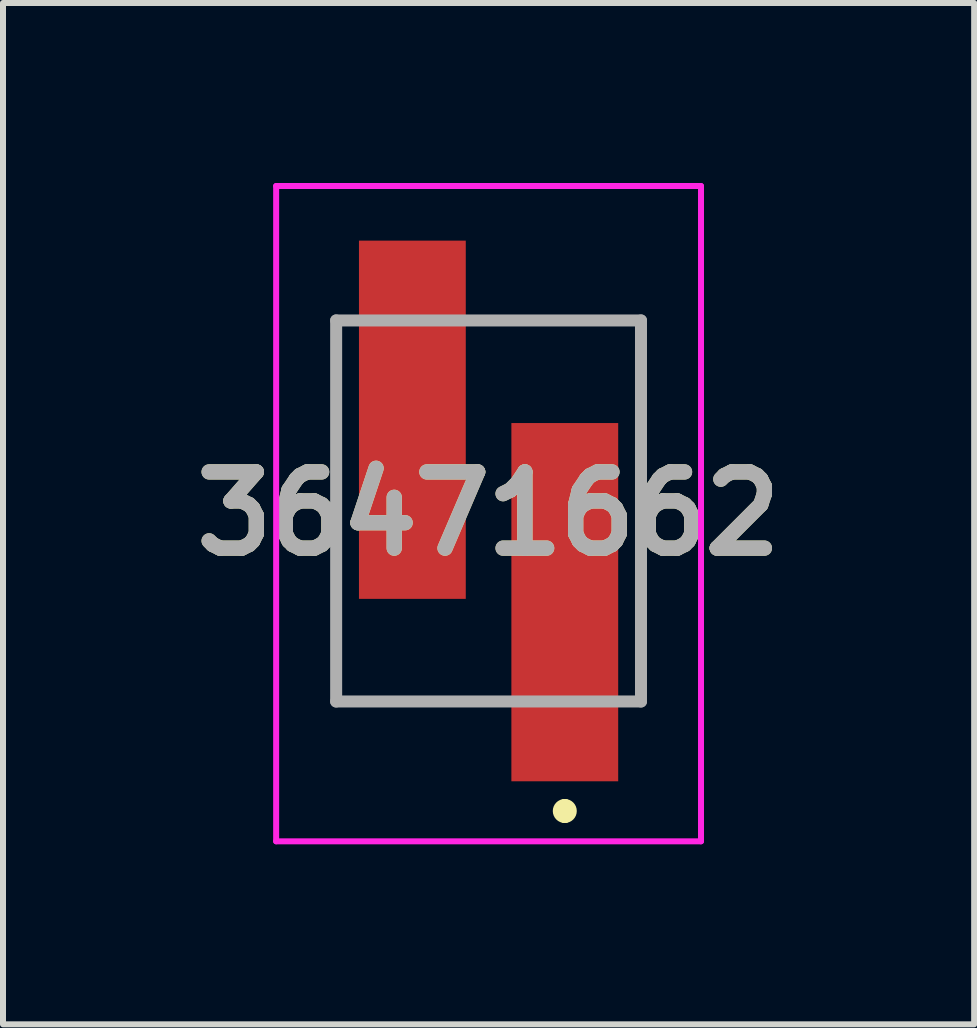
<source format=kicad_pcb>
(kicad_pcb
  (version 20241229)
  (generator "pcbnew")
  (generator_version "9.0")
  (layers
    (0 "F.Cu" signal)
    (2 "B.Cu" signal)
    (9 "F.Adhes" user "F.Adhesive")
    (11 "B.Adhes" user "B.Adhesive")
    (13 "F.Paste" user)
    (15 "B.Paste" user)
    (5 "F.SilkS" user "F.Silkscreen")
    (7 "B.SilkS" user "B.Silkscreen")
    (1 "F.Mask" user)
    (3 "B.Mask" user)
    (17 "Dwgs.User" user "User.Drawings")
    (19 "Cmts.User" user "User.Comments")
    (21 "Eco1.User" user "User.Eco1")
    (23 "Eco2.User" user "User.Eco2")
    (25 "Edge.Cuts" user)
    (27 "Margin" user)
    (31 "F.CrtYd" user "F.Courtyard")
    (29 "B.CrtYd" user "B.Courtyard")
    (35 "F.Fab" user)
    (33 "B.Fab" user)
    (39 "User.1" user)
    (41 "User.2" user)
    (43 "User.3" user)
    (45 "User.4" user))
  (footprint "36471662"
    (layer "F.Cu")
    (at 5.092 5.465)
    (property "Reference" "36471662" (at 0 0.045 0) (layer "F.SilkS") (effects (font (size 1.27 1.27) (thickness 0.254))))
    (attr smd)
    (fp_line (start -2.54 3.175) (end -2.54 -3.175) (stroke (width 0.1) (type solid)) (layer "F.SilkS"))
    (fp_line (start 0 3.175) (end -2.54 3.175) (stroke (width 0.1) (type solid)) (layer "F.SilkS"))
    (fp_line (start 1.27 -3.175) (end 2.54 -3.175) (stroke (width 0.1) (type solid)) (layer "F.SilkS"))
    (fp_line (start 1.27 4.9) (end 1.27 4.9) (stroke (width 0.2) (type solid)) (layer "F.SilkS"))
    (fp_line (start 1.27 5.1) (end 1.27 5.1) (stroke (width 0.2) (type solid)) (layer "F.SilkS"))
    (fp_line (start 2.54 -3.175) (end 2.54 3.175) (stroke (width 0.1) (type solid)) (layer "F.SilkS"))
    (fp_arc (start 1.27 4.9) (mid 1.37 5) (end 1.27 5.1) (stroke (width 0.2) (type solid)) (layer "F.SilkS"))
    (fp_arc (start 1.27 5.1) (mid 1.17 5) (end 1.27 4.9) (stroke (width 0.2) (type solid)) (layer "F.SilkS"))
    (fp_line (start -3.54 -5.415) (end 3.54 -5.415) (stroke (width 0.1) (type solid)) (layer "F.CrtYd"))
    (fp_line (start -3.54 5.505) (end -3.54 -5.415) (stroke (width 0.1) (type solid)) (layer "F.CrtYd"))
    (fp_line (start 3.54 -5.415) (end 3.54 5.505) (stroke (width 0.1) (type solid)) (layer "F.CrtYd"))
    (fp_line (start 3.54 5.505) (end -3.54 5.505) (stroke (width 0.1) (type solid)) (layer "F.CrtYd"))
    (fp_line (start -2.54 -3.175) (end 2.54 -3.175) (stroke (width 0.2) (type solid)) (layer "F.Fab"))
    (fp_line (start -2.54 3.175) (end -2.54 -3.175) (stroke (width 0.2) (type solid)) (layer "F.Fab"))
    (fp_line (start 2.54 -3.175) (end 2.54 3.175) (stroke (width 0.2) (type solid)) (layer "F.Fab"))
    (fp_line (start 2.54 3.175) (end -2.54 3.175) (stroke (width 0.2) (type solid)) (layer "F.Fab"))
    (fp_text user "${REFERENCE}" (at 0 0.045 0) (layer "F.Fab") (effects (font (size 1.27 1.27) (thickness 0.254))))
    (pad "1" smd rect (at 1.27 1.52) (size 1.78 5.97) (layers "F.Cu" "F.Mask" "F.Paste"))
    (pad "2" smd rect (at -1.27 -1.52) (size 1.78 5.97) (layers "F.Cu" "F.Mask" "F.Paste")))
  (gr_rect
    (start -3 -3)
    (end 13.184 14.02)
    (stroke (width 0.1) (type default))
    (fill no)
    (layer "Edge.Cuts")))
</source>
